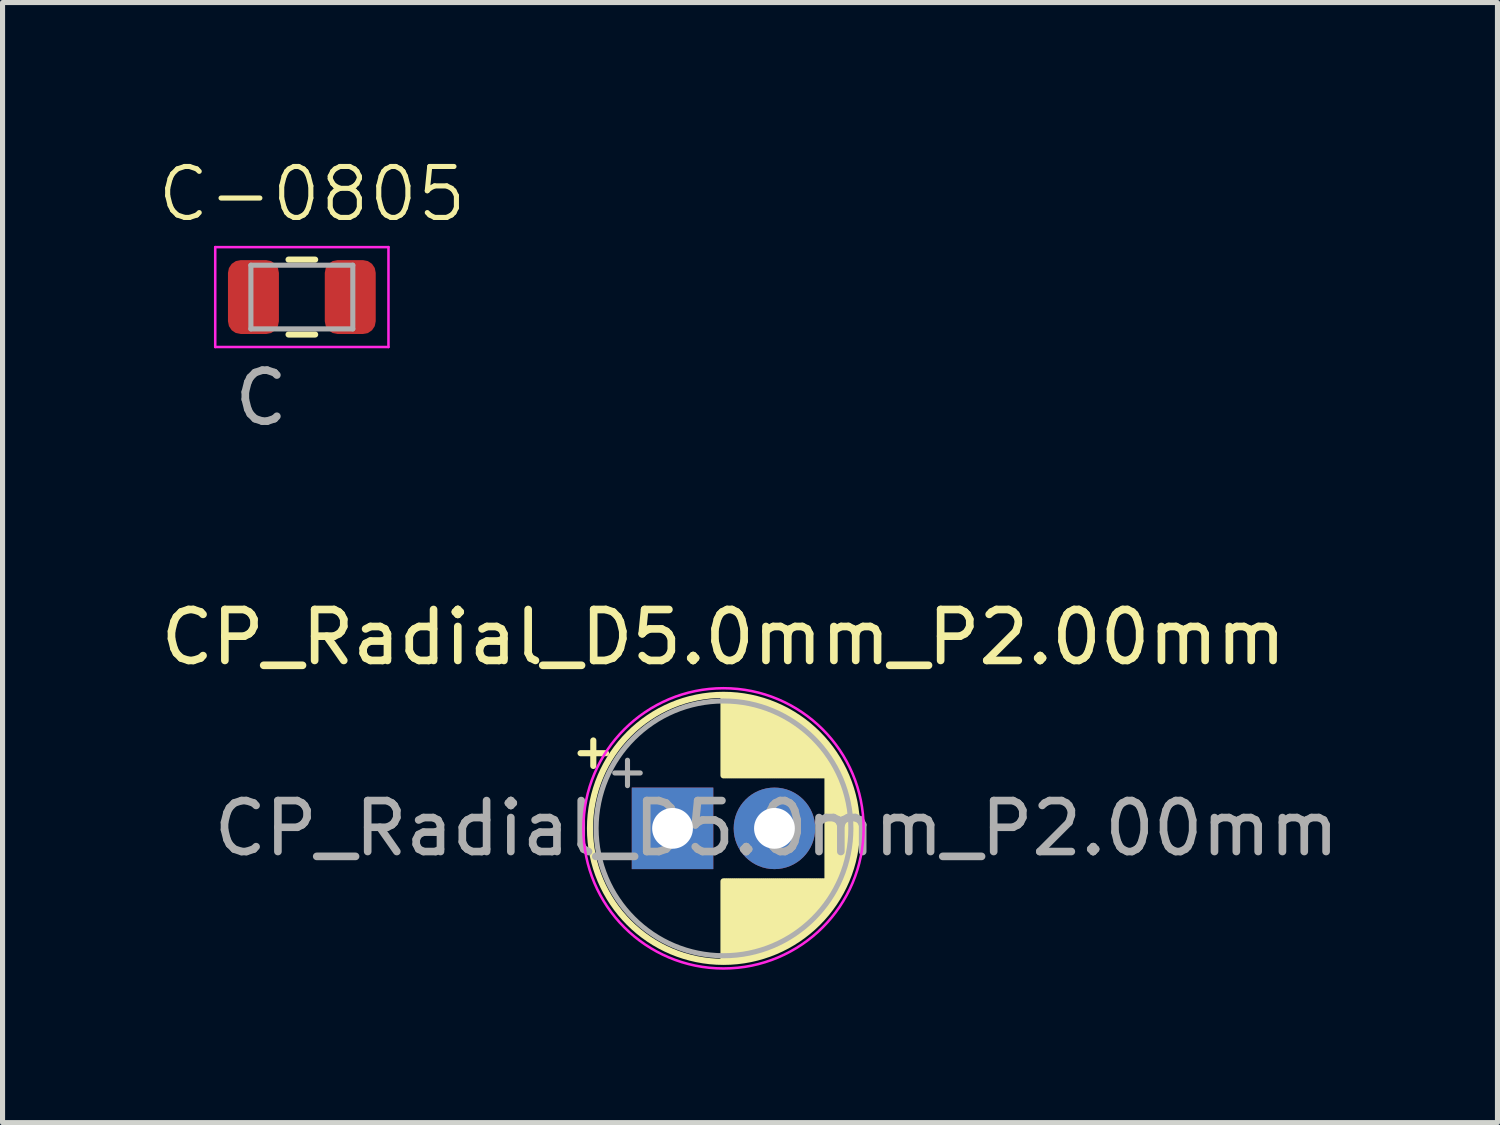
<source format=kicad_pcb>
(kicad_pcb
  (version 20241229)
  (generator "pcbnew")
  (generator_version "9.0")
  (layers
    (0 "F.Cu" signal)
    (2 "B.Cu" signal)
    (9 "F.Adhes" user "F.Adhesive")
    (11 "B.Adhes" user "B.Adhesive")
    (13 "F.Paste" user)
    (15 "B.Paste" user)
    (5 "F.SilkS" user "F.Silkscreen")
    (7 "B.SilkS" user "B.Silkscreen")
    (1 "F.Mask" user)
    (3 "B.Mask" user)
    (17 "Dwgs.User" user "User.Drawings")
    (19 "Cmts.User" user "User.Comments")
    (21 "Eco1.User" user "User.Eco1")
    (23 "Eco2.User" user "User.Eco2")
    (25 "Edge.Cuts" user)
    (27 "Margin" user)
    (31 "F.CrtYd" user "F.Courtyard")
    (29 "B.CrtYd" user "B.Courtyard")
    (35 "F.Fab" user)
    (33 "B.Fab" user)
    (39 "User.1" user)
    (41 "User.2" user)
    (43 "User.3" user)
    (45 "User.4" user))
  (footprint "C-0805"
    (layer "F.Cu")
    (at 2.874 2.78)
    (property "Reference" "C-0805" (at 0.2 -2.02 0) (unlocked yes) (layer "F.SilkS") (effects (font (size 1 1) (thickness 0.1))))
    (attr smd)
    (fp_line (start -0.261 -0.735) (end 0.261 -0.735) (stroke (width 0.12) (type solid)) (layer "F.SilkS"))
    (fp_line (start -0.261 0.735) (end 0.261 0.735) (stroke (width 0.12) (type solid)) (layer "F.SilkS"))
    (fp_line (start -1.7 -0.98) (end 1.7 -0.98) (stroke (width 0.05) (type solid)) (layer "F.CrtYd"))
    (fp_line (start -1.7 0.98) (end -1.7 -0.98) (stroke (width 0.05) (type solid)) (layer "F.CrtYd"))
    (fp_line (start 1.7 -0.98) (end 1.7 0.98) (stroke (width 0.05) (type solid)) (layer "F.CrtYd"))
    (fp_line (start 1.7 0.98) (end -1.7 0.98) (stroke (width 0.05) (type solid)) (layer "F.CrtYd"))
    (fp_line (start -1 -0.625) (end 1 -0.625) (stroke (width 0.1) (type solid)) (layer "F.Fab"))
    (fp_line (start -1 0.625) (end -1 -0.625) (stroke (width 0.1) (type solid)) (layer "F.Fab"))
    (fp_line (start 1 -0.625) (end 1 0.625) (stroke (width 0.1) (type solid)) (layer "F.Fab"))
    (fp_line (start 1 0.625) (end -1 0.625) (stroke (width 0.1) (type solid)) (layer "F.Fab"))
    (fp_text user "C" (at -0.8 1.98 0) (unlocked yes) (layer "F.Fab") (effects (font (size 1 1) (thickness 0.15))))
    (pad "1" smd roundrect (at -0.95 0) (size 1 1.45) (layers "F.Cu" "F.Mask" "F.Paste") (roundrect_rratio 0.25))
    (pad "2" smd roundrect (at 0.95 0) (size 1 1.45) (layers "F.Cu" "F.Mask" "F.Paste") (roundrect_rratio 0.25)))
  (footprint "CP_Radial_D5.0mm_P2.00mm"
    (layer "F.Cu")
    (at 11.19 13.207)
    (property "Reference" "CP_Radial_D5.0mm_P2.00mm" (at -0.041 -3.75 0) (layer "F.SilkS") (effects (font (size 1 1) (thickness 0.15))))
    (attr through_hole)
    (fp_line (start -2.846 -1.475) (end -2.346 -1.475) (stroke (width 0.12) (type solid)) (layer "F.SilkS"))
    (fp_line (start -2.596 -1.725) (end -2.596 -1.225) (stroke (width 0.12) (type solid)) (layer "F.SilkS"))
    (fp_line (start -0.041 -2.58) (end -0.041 -1.04) (stroke (width 0.12) (type solid)) (layer "F.SilkS"))
    (fp_line (start -0.041 1.04) (end -0.041 2.58) (stroke (width 0.12) (type solid)) (layer "F.SilkS"))
    (fp_line (start -0.001 -2.58) (end -0.001 -1.04) (stroke (width 0.12) (type solid)) (layer "F.SilkS"))
    (fp_line (start -0.001 1.04) (end -0.001 2.58) (stroke (width 0.12) (type solid)) (layer "F.SilkS"))
    (fp_line (start 0.039 -2.579) (end 0.039 -1.04) (stroke (width 0.12) (type solid)) (layer "F.SilkS"))
    (fp_line (start 0.039 1.04) (end 0.039 2.579) (stroke (width 0.12) (type solid)) (layer "F.SilkS"))
    (fp_line (start 0.079 -2.578) (end 0.079 -1.04) (stroke (width 0.12) (type solid)) (layer "F.SilkS"))
    (fp_line (start 0.079 1.04) (end 0.079 2.578) (stroke (width 0.12) (type solid)) (layer "F.SilkS"))
    (fp_line (start 0.119 -2.576) (end 0.119 -1.04) (stroke (width 0.12) (type solid)) (layer "F.SilkS"))
    (fp_line (start 0.119 1.04) (end 0.119 2.576) (stroke (width 0.12) (type solid)) (layer "F.SilkS"))
    (fp_line (start 0.159 -2.573) (end 0.159 -1.04) (stroke (width 0.12) (type solid)) (layer "F.SilkS"))
    (fp_line (start 0.159 1.04) (end 0.159 2.573) (stroke (width 0.12) (type solid)) (layer "F.SilkS"))
    (fp_line (start 0.199 -2.569) (end 0.199 -1.04) (stroke (width 0.12) (type solid)) (layer "F.SilkS"))
    (fp_line (start 0.199 1.04) (end 0.199 2.569) (stroke (width 0.12) (type solid)) (layer "F.SilkS"))
    (fp_line (start 0.239 -2.565) (end 0.239 -1.04) (stroke (width 0.12) (type solid)) (layer "F.SilkS"))
    (fp_line (start 0.239 1.04) (end 0.239 2.565) (stroke (width 0.12) (type solid)) (layer "F.SilkS"))
    (fp_line (start 0.279 -2.561) (end 0.279 -1.04) (stroke (width 0.12) (type solid)) (layer "F.SilkS"))
    (fp_line (start 0.279 1.04) (end 0.279 2.561) (stroke (width 0.12) (type solid)) (layer "F.SilkS"))
    (fp_line (start 0.319 -2.556) (end 0.319 -1.04) (stroke (width 0.12) (type solid)) (layer "F.SilkS"))
    (fp_line (start 0.319 1.04) (end 0.319 2.556) (stroke (width 0.12) (type solid)) (layer "F.SilkS"))
    (fp_line (start 0.359 -2.55) (end 0.359 -1.04) (stroke (width 0.12) (type solid)) (layer "F.SilkS"))
    (fp_line (start 0.359 1.04) (end 0.359 2.55) (stroke (width 0.12) (type solid)) (layer "F.SilkS"))
    (fp_line (start 0.399 -2.543) (end 0.399 -1.04) (stroke (width 0.12) (type solid)) (layer "F.SilkS"))
    (fp_line (start 0.399 1.04) (end 0.399 2.543) (stroke (width 0.12) (type solid)) (layer "F.SilkS"))
    (fp_line (start 0.439 -2.536) (end 0.439 -1.04) (stroke (width 0.12) (type solid)) (layer "F.SilkS"))
    (fp_line (start 0.439 1.04) (end 0.439 2.536) (stroke (width 0.12) (type solid)) (layer "F.SilkS"))
    (fp_line (start 0.479 -2.528) (end 0.479 -1.04) (stroke (width 0.12) (type solid)) (layer "F.SilkS"))
    (fp_line (start 0.479 1.04) (end 0.479 2.528) (stroke (width 0.12) (type solid)) (layer "F.SilkS"))
    (fp_line (start 0.519 -2.52) (end 0.519 -1.04) (stroke (width 0.12) (type solid)) (layer "F.SilkS"))
    (fp_line (start 0.519 1.04) (end 0.519 2.52) (stroke (width 0.12) (type solid)) (layer "F.SilkS"))
    (fp_line (start 0.559 -2.511) (end 0.559 -1.04) (stroke (width 0.12) (type solid)) (layer "F.SilkS"))
    (fp_line (start 0.559 1.04) (end 0.559 2.511) (stroke (width 0.12) (type solid)) (layer "F.SilkS"))
    (fp_line (start 0.599 -2.501) (end 0.599 -1.04) (stroke (width 0.12) (type solid)) (layer "F.SilkS"))
    (fp_line (start 0.599 1.04) (end 0.599 2.501) (stroke (width 0.12) (type solid)) (layer "F.SilkS"))
    (fp_line (start 0.639 -2.491) (end 0.639 -1.04) (stroke (width 0.12) (type solid)) (layer "F.SilkS"))
    (fp_line (start 0.639 1.04) (end 0.639 2.491) (stroke (width 0.12) (type solid)) (layer "F.SilkS"))
    (fp_line (start 0.68 -2.48) (end 0.68 -1.04) (stroke (width 0.12) (type solid)) (layer "F.SilkS"))
    (fp_line (start 0.68 1.04) (end 0.68 2.48) (stroke (width 0.12) (type solid)) (layer "F.SilkS"))
    (fp_line (start 0.72 -2.468) (end 0.72 -1.04) (stroke (width 0.12) (type solid)) (layer "F.SilkS"))
    (fp_line (start 0.72 1.04) (end 0.72 2.468) (stroke (width 0.12) (type solid)) (layer "F.SilkS"))
    (fp_line (start 0.76 -2.455) (end 0.76 -1.04) (stroke (width 0.12) (type solid)) (layer "F.SilkS"))
    (fp_line (start 0.76 1.04) (end 0.76 2.455) (stroke (width 0.12) (type solid)) (layer "F.SilkS"))
    (fp_line (start 0.8 -2.442) (end 0.8 -1.04) (stroke (width 0.12) (type solid)) (layer "F.SilkS"))
    (fp_line (start 0.8 1.04) (end 0.8 2.442) (stroke (width 0.12) (type solid)) (layer "F.SilkS"))
    (fp_line (start 0.84 -2.428) (end 0.84 -1.04) (stroke (width 0.12) (type solid)) (layer "F.SilkS"))
    (fp_line (start 0.84 1.04) (end 0.84 2.428) (stroke (width 0.12) (type solid)) (layer "F.SilkS"))
    (fp_line (start 0.88 -2.414) (end 0.88 -1.04) (stroke (width 0.12) (type solid)) (layer "F.SilkS"))
    (fp_line (start 0.88 1.04) (end 0.88 2.414) (stroke (width 0.12) (type solid)) (layer "F.SilkS"))
    (fp_line (start 0.92 -2.398) (end 0.92 -1.04) (stroke (width 0.12) (type solid)) (layer "F.SilkS"))
    (fp_line (start 0.92 1.04) (end 0.92 2.398) (stroke (width 0.12) (type solid)) (layer "F.SilkS"))
    (fp_line (start 0.96 -2.382) (end 0.96 -1.04) (stroke (width 0.12) (type solid)) (layer "F.SilkS"))
    (fp_line (start 0.96 1.04) (end 0.96 2.382) (stroke (width 0.12) (type solid)) (layer "F.SilkS"))
    (fp_line (start 1 -2.365) (end 1 -1.04) (stroke (width 0.12) (type solid)) (layer "F.SilkS"))
    (fp_line (start 1 1.04) (end 1 2.365) (stroke (width 0.12) (type solid)) (layer "F.SilkS"))
    (fp_line (start 1.04 -2.348) (end 1.04 -1.04) (stroke (width 0.12) (type solid)) (layer "F.SilkS"))
    (fp_line (start 1.04 1.04) (end 1.04 2.348) (stroke (width 0.12) (type solid)) (layer "F.SilkS"))
    (fp_line (start 1.08 -2.329) (end 1.08 -1.04) (stroke (width 0.12) (type solid)) (layer "F.SilkS"))
    (fp_line (start 1.08 1.04) (end 1.08 2.329) (stroke (width 0.12) (type solid)) (layer "F.SilkS"))
    (fp_line (start 1.12 -2.31) (end 1.12 -1.04) (stroke (width 0.12) (type solid)) (layer "F.SilkS"))
    (fp_line (start 1.12 1.04) (end 1.12 2.31) (stroke (width 0.12) (type solid)) (layer "F.SilkS"))
    (fp_line (start 1.16 -2.29) (end 1.16 -1.04) (stroke (width 0.12) (type solid)) (layer "F.SilkS"))
    (fp_line (start 1.16 1.04) (end 1.16 2.29) (stroke (width 0.12) (type solid)) (layer "F.SilkS"))
    (fp_line (start 1.2 -2.268) (end 1.2 -1.04) (stroke (width 0.12) (type solid)) (layer "F.SilkS"))
    (fp_line (start 1.2 1.04) (end 1.2 2.268) (stroke (width 0.12) (type solid)) (layer "F.SilkS"))
    (fp_line (start 1.24 -2.247) (end 1.24 -1.04) (stroke (width 0.12) (type solid)) (layer "F.SilkS"))
    (fp_line (start 1.24 1.04) (end 1.24 2.247) (stroke (width 0.12) (type solid)) (layer "F.SilkS"))
    (fp_line (start 1.28 -2.224) (end 1.28 -1.04) (stroke (width 0.12) (type solid)) (layer "F.SilkS"))
    (fp_line (start 1.28 1.04) (end 1.28 2.224) (stroke (width 0.12) (type solid)) (layer "F.SilkS"))
    (fp_line (start 1.32 -2.2) (end 1.32 -1.04) (stroke (width 0.12) (type solid)) (layer "F.SilkS"))
    (fp_line (start 1.32 1.04) (end 1.32 2.2) (stroke (width 0.12) (type solid)) (layer "F.SilkS"))
    (fp_line (start 1.36 -2.175) (end 1.36 -1.04) (stroke (width 0.12) (type solid)) (layer "F.SilkS"))
    (fp_line (start 1.36 1.04) (end 1.36 2.175) (stroke (width 0.12) (type solid)) (layer "F.SilkS"))
    (fp_line (start 1.4 -2.149) (end 1.4 -1.04) (stroke (width 0.12) (type solid)) (layer "F.SilkS"))
    (fp_line (start 1.4 1.04) (end 1.4 2.149) (stroke (width 0.12) (type solid)) (layer "F.SilkS"))
    (fp_line (start 1.44 -2.122) (end 1.44 -1.04) (stroke (width 0.12) (type solid)) (layer "F.SilkS"))
    (fp_line (start 1.44 1.04) (end 1.44 2.122) (stroke (width 0.12) (type solid)) (layer "F.SilkS"))
    (fp_line (start 1.48 -2.095) (end 1.48 -1.04) (stroke (width 0.12) (type solid)) (layer "F.SilkS"))
    (fp_line (start 1.48 1.04) (end 1.48 2.095) (stroke (width 0.12) (type solid)) (layer "F.SilkS"))
    (fp_line (start 1.52 -2.065) (end 1.52 -1.04) (stroke (width 0.12) (type solid)) (layer "F.SilkS"))
    (fp_line (start 1.52 1.04) (end 1.52 2.065) (stroke (width 0.12) (type solid)) (layer "F.SilkS"))
    (fp_line (start 1.56 -2.035) (end 1.56 -1.04) (stroke (width 0.12) (type solid)) (layer "F.SilkS"))
    (fp_line (start 1.56 1.04) (end 1.56 2.035) (stroke (width 0.12) (type solid)) (layer "F.SilkS"))
    (fp_line (start 1.6 -2.004) (end 1.6 -1.04) (stroke (width 0.12) (type solid)) (layer "F.SilkS"))
    (fp_line (start 1.6 1.04) (end 1.6 2.004) (stroke (width 0.12) (type solid)) (layer "F.SilkS"))
    (fp_line (start 1.64 -1.971) (end 1.64 -1.04) (stroke (width 0.12) (type solid)) (layer "F.SilkS"))
    (fp_line (start 1.64 1.04) (end 1.64 1.971) (stroke (width 0.12) (type solid)) (layer "F.SilkS"))
    (fp_line (start 1.68 -1.937) (end 1.68 -1.04) (stroke (width 0.12) (type solid)) (layer "F.SilkS"))
    (fp_line (start 1.68 1.04) (end 1.68 1.937) (stroke (width 0.12) (type solid)) (layer "F.SilkS"))
    (fp_line (start 1.72 -1.901) (end 1.72 -1.04) (stroke (width 0.12) (type solid)) (layer "F.SilkS"))
    (fp_line (start 1.72 1.04) (end 1.72 1.901) (stroke (width 0.12) (type solid)) (layer "F.SilkS"))
    (fp_line (start 1.76 -1.864) (end 1.76 -1.04) (stroke (width 0.12) (type solid)) (layer "F.SilkS"))
    (fp_line (start 1.76 1.04) (end 1.76 1.864) (stroke (width 0.12) (type solid)) (layer "F.SilkS"))
    (fp_line (start 1.8 -1.826) (end 1.8 -1.04) (stroke (width 0.12) (type solid)) (layer "F.SilkS"))
    (fp_line (start 1.8 1.04) (end 1.8 1.826) (stroke (width 0.12) (type solid)) (layer "F.SilkS"))
    (fp_line (start 1.84 -1.785) (end 1.84 -1.04) (stroke (width 0.12) (type solid)) (layer "F.SilkS"))
    (fp_line (start 1.84 1.04) (end 1.84 1.785) (stroke (width 0.12) (type solid)) (layer "F.SilkS"))
    (fp_line (start 1.88 -1.743) (end 1.88 -1.04) (stroke (width 0.12) (type solid)) (layer "F.SilkS"))
    (fp_line (start 1.88 1.04) (end 1.88 1.743) (stroke (width 0.12) (type solid)) (layer "F.SilkS"))
    (fp_line (start 1.92 -1.699) (end 1.92 -1.04) (stroke (width 0.12) (type solid)) (layer "F.SilkS"))
    (fp_line (start 1.92 1.04) (end 1.92 1.699) (stroke (width 0.12) (type solid)) (layer "F.SilkS"))
    (fp_line (start 1.96 -1.653) (end 1.96 -1.04) (stroke (width 0.12) (type solid)) (layer "F.SilkS"))
    (fp_line (start 1.96 1.04) (end 1.96 1.653) (stroke (width 0.12) (type solid)) (layer "F.SilkS"))
    (fp_line (start 2 -1.605) (end 2 1.605) (stroke (width 0.12) (type solid)) (layer "F.SilkS"))
    (fp_line (start 2.04 -1.554) (end 2.04 1.554) (stroke (width 0.12) (type solid)) (layer "F.SilkS"))
    (fp_line (start 2.08 -1.5) (end 2.08 1.5) (stroke (width 0.12) (type solid)) (layer "F.SilkS"))
    (fp_line (start 2.12 -1.443) (end 2.12 1.443) (stroke (width 0.12) (type solid)) (layer "F.SilkS"))
    (fp_line (start 2.16 -1.383) (end 2.16 1.383) (stroke (width 0.12) (type solid)) (layer "F.SilkS"))
    (fp_line (start 2.2 -1.319) (end 2.2 1.319) (stroke (width 0.12) (type solid)) (layer "F.SilkS"))
    (fp_line (start 2.24 -1.251) (end 2.24 1.251) (stroke (width 0.12) (type solid)) (layer "F.SilkS"))
    (fp_line (start 2.28 -1.178) (end 2.28 1.178) (stroke (width 0.12) (type solid)) (layer "F.SilkS"))
    (fp_line (start 2.32 -1.098) (end 2.32 1.098) (stroke (width 0.12) (type solid)) (layer "F.SilkS"))
    (fp_line (start 2.36 -1.011) (end 2.36 1.011) (stroke (width 0.12) (type solid)) (layer "F.SilkS"))
    (fp_line (start 2.4 -0.915) (end 2.4 0.915) (stroke (width 0.12) (type solid)) (layer "F.SilkS"))
    (fp_line (start 2.44 -0.805) (end 2.44 0.805) (stroke (width 0.12) (type solid)) (layer "F.SilkS"))
    (fp_line (start 2.48 -0.677) (end 2.48 0.677) (stroke (width 0.12) (type solid)) (layer "F.SilkS"))
    (fp_line (start 2.52 -0.518) (end 2.52 0.518) (stroke (width 0.12) (type solid)) (layer "F.SilkS"))
    (fp_line (start 2.56 -0.284) (end 2.56 0.284) (stroke (width 0.12) (type solid)) (layer "F.SilkS"))
    (fp_circle (center -0.041 0) (end 2.579 0) (stroke (width 0.12) (type solid)) (fill no) (layer "F.SilkS"))
    (fp_circle (center -0.041 0) (end 2.709 0) (stroke (width 0.05) (type solid)) (fill no) (layer "F.CrtYd"))
    (fp_line (start -2.175 -1.087) (end -1.675 -1.087) (stroke (width 0.1) (type solid)) (layer "F.Fab"))
    (fp_line (start -1.925 -1.337) (end -1.925 -0.838) (stroke (width 0.1) (type solid)) (layer "F.Fab"))
    (fp_circle (center -0.041 0) (end 2.459 0) (stroke (width 0.1) (type solid)) (fill no) (layer "F.Fab"))
    (fp_text user "${REFERENCE}" (at 1 0 0) (layer "F.Fab") (effects (font (size 1 1) (thickness 0.15))))
    (pad "1" thru_hole rect (at -1.041 0) (size 1.6 1.6) (drill 0.8) (layers "*.Cu" "*.Mask"))
    (pad "2" thru_hole circle (at 0.959 0) (size 1.6 1.6) (drill 0.8) (layers "*.Cu" "*.Mask")))
  (gr_rect
    (start -3 -3)
    (end 26.339 18.982)
    (stroke (width 0.1) (type default))
    (fill no)
    (layer "Edge.Cuts")))
</source>
